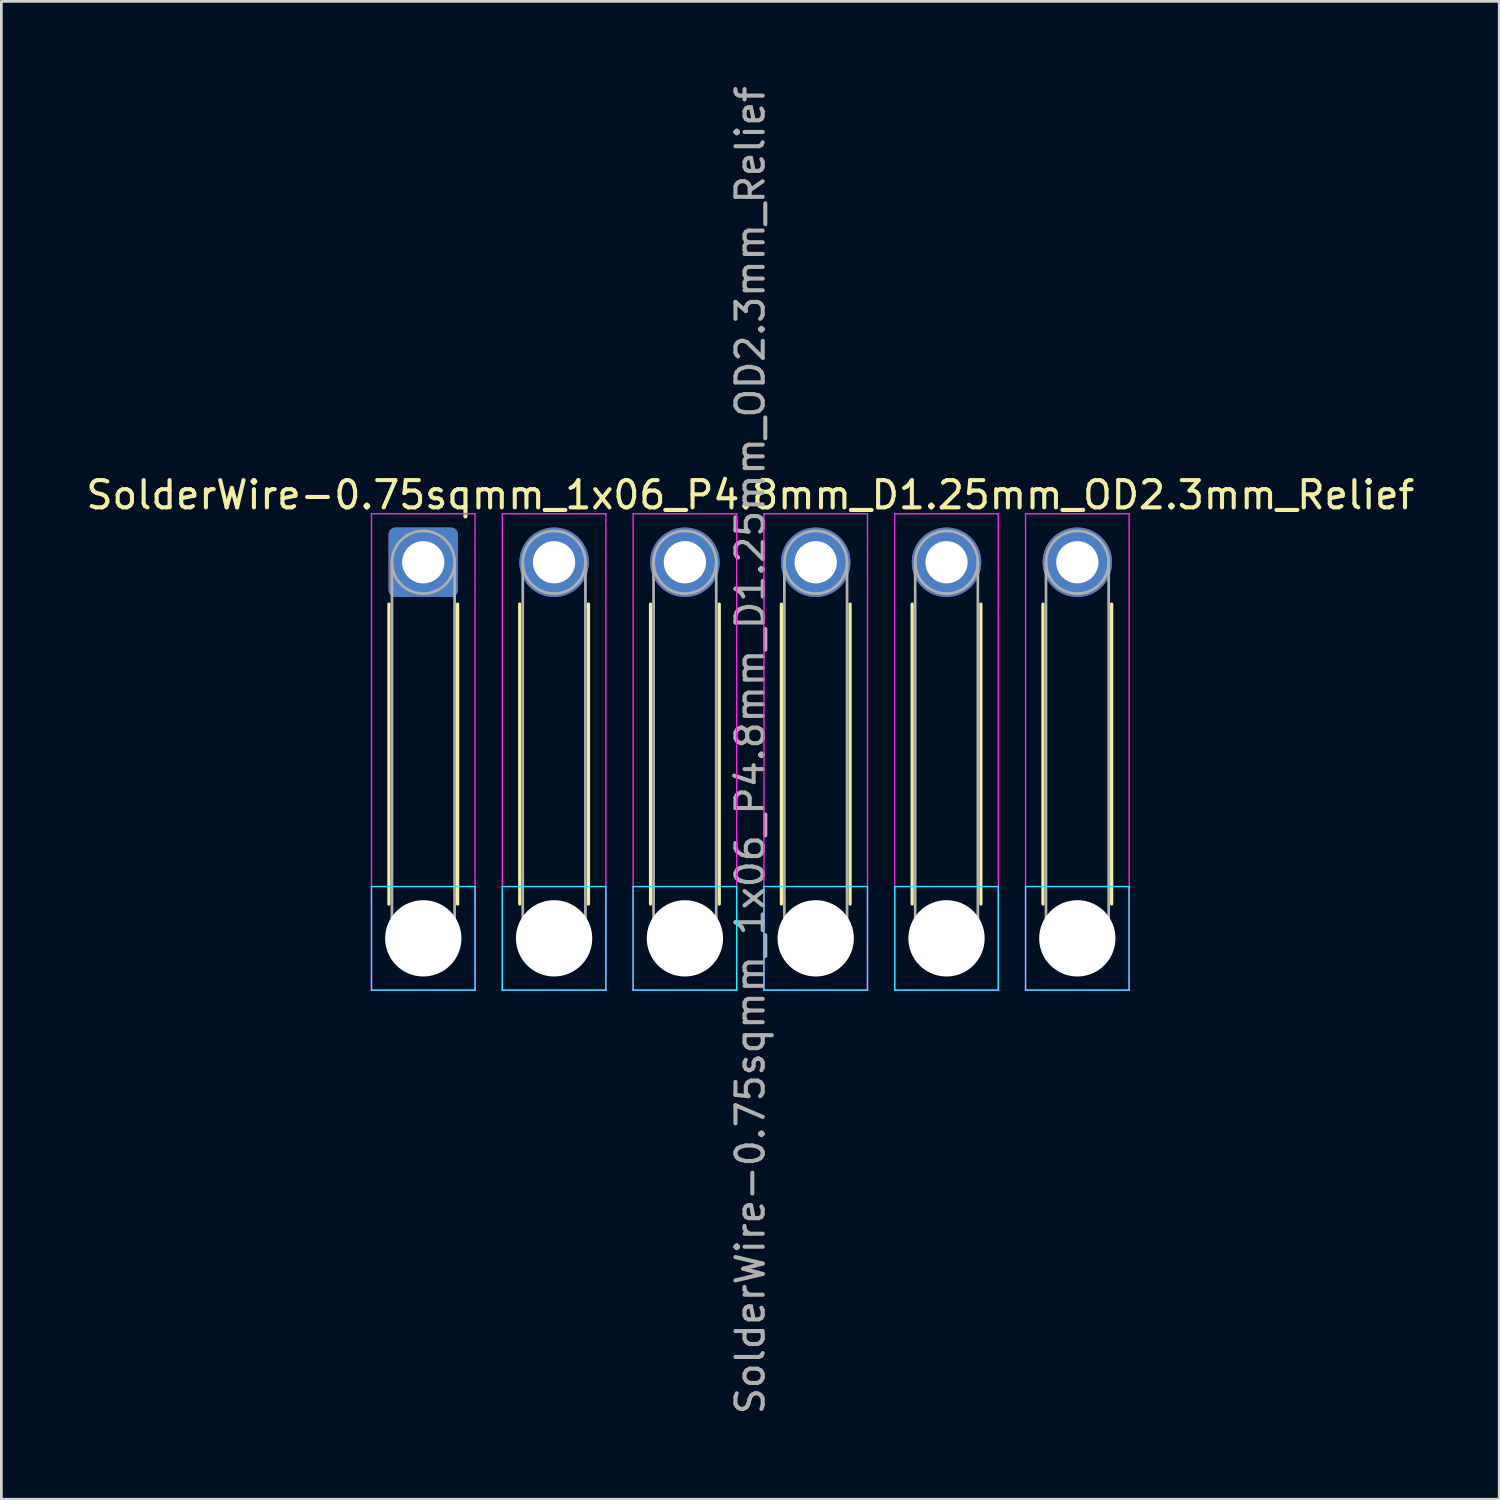
<source format=kicad_pcb>
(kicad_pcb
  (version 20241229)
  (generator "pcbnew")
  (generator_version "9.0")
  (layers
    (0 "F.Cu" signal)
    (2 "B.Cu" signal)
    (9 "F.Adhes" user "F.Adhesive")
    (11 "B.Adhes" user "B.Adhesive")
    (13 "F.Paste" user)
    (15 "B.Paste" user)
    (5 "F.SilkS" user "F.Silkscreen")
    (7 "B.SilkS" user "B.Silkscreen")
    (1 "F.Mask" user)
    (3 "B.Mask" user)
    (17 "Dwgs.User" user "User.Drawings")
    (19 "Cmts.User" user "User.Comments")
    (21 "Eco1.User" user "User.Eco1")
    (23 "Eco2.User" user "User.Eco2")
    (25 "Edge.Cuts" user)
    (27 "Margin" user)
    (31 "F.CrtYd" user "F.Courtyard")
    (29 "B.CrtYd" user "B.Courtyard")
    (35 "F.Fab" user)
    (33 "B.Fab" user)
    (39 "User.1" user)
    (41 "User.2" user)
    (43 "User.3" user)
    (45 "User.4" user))
  (footprint "SolderWire-0.75sqmm_1x06_P4.8mm_D1.25mm_OD2.3mm_Relief"
    (layer "F.Cu")
    (at 12.482 17.582)
    (property "Reference" "SolderWire-0.75sqmm_1x06_P4.8mm_D1.25mm_OD2.3mm_Relief" (at 12 -2.47 0) (layer "F.SilkS") (effects (font (size 1 1) (thickness 0.15))))
    (attr exclude_from_pos_files exclude_from_bom)
    (fp_line (start -1.26 1.535) (end -1.26 12.54) (stroke (width 0.12) (type solid)) (layer "F.SilkS"))
    (fp_line (start 1.26 1.535) (end 1.26 12.54) (stroke (width 0.12) (type solid)) (layer "F.SilkS"))
    (fp_line (start 3.54 1.535) (end 3.54 12.54) (stroke (width 0.12) (type solid)) (layer "F.SilkS"))
    (fp_line (start 6.06 1.535) (end 6.06 12.54) (stroke (width 0.12) (type solid)) (layer "F.SilkS"))
    (fp_line (start 8.34 1.535) (end 8.34 12.54) (stroke (width 0.12) (type solid)) (layer "F.SilkS"))
    (fp_line (start 10.86 1.535) (end 10.86 12.54) (stroke (width 0.12) (type solid)) (layer "F.SilkS"))
    (fp_line (start 13.14 1.535) (end 13.14 12.54) (stroke (width 0.12) (type solid)) (layer "F.SilkS"))
    (fp_line (start 15.66 1.535) (end 15.66 12.54) (stroke (width 0.12) (type solid)) (layer "F.SilkS"))
    (fp_line (start 17.94 1.535) (end 17.94 12.54) (stroke (width 0.12) (type solid)) (layer "F.SilkS"))
    (fp_line (start 20.46 1.535) (end 20.46 12.54) (stroke (width 0.12) (type solid)) (layer "F.SilkS"))
    (fp_line (start 22.74 1.535) (end 22.74 12.54) (stroke (width 0.12) (type solid)) (layer "F.SilkS"))
    (fp_line (start 25.26 1.535) (end 25.26 12.54) (stroke (width 0.12) (type solid)) (layer "F.SilkS"))
    (fp_line (start -1.9 11.9) (end -1.9 15.7) (stroke (width 0.05) (type solid)) (layer "B.CrtYd"))
    (fp_line (start -1.9 15.7) (end 1.9 15.7) (stroke (width 0.05) (type solid)) (layer "B.CrtYd"))
    (fp_line (start 1.9 11.9) (end -1.9 11.9) (stroke (width 0.05) (type solid)) (layer "B.CrtYd"))
    (fp_line (start 1.9 15.7) (end 1.9 11.9) (stroke (width 0.05) (type solid)) (layer "B.CrtYd"))
    (fp_line (start 2.9 11.9) (end 2.9 15.7) (stroke (width 0.05) (type solid)) (layer "B.CrtYd"))
    (fp_line (start 2.9 15.7) (end 6.7 15.7) (stroke (width 0.05) (type solid)) (layer "B.CrtYd"))
    (fp_line (start 6.7 11.9) (end 2.9 11.9) (stroke (width 0.05) (type solid)) (layer "B.CrtYd"))
    (fp_line (start 6.7 15.7) (end 6.7 11.9) (stroke (width 0.05) (type solid)) (layer "B.CrtYd"))
    (fp_line (start 7.7 11.9) (end 7.7 15.7) (stroke (width 0.05) (type solid)) (layer "B.CrtYd"))
    (fp_line (start 7.7 15.7) (end 11.5 15.7) (stroke (width 0.05) (type solid)) (layer "B.CrtYd"))
    (fp_line (start 11.5 11.9) (end 7.7 11.9) (stroke (width 0.05) (type solid)) (layer "B.CrtYd"))
    (fp_line (start 11.5 15.7) (end 11.5 11.9) (stroke (width 0.05) (type solid)) (layer "B.CrtYd"))
    (fp_line (start 12.5 11.9) (end 12.5 15.7) (stroke (width 0.05) (type solid)) (layer "B.CrtYd"))
    (fp_line (start 12.5 15.7) (end 16.3 15.7) (stroke (width 0.05) (type solid)) (layer "B.CrtYd"))
    (fp_line (start 16.3 11.9) (end 12.5 11.9) (stroke (width 0.05) (type solid)) (layer "B.CrtYd"))
    (fp_line (start 16.3 15.7) (end 16.3 11.9) (stroke (width 0.05) (type solid)) (layer "B.CrtYd"))
    (fp_line (start 17.3 11.9) (end 17.3 15.7) (stroke (width 0.05) (type solid)) (layer "B.CrtYd"))
    (fp_line (start 17.3 15.7) (end 21.1 15.7) (stroke (width 0.05) (type solid)) (layer "B.CrtYd"))
    (fp_line (start 21.1 11.9) (end 17.3 11.9) (stroke (width 0.05) (type solid)) (layer "B.CrtYd"))
    (fp_line (start 21.1 15.7) (end 21.1 11.9) (stroke (width 0.05) (type solid)) (layer "B.CrtYd"))
    (fp_line (start 22.1 11.9) (end 22.1 15.7) (stroke (width 0.05) (type solid)) (layer "B.CrtYd"))
    (fp_line (start 22.1 15.7) (end 25.9 15.7) (stroke (width 0.05) (type solid)) (layer "B.CrtYd"))
    (fp_line (start 25.9 11.9) (end 22.1 11.9) (stroke (width 0.05) (type solid)) (layer "B.CrtYd"))
    (fp_line (start 25.9 15.7) (end 25.9 11.9) (stroke (width 0.05) (type solid)) (layer "B.CrtYd"))
    (fp_line (start -1.9 -1.78) (end -1.9 15.7) (stroke (width 0.05) (type solid)) (layer "F.CrtYd"))
    (fp_line (start -1.9 15.7) (end 1.9 15.7) (stroke (width 0.05) (type solid)) (layer "F.CrtYd"))
    (fp_line (start 1.9 -1.78) (end -1.9 -1.78) (stroke (width 0.05) (type solid)) (layer "F.CrtYd"))
    (fp_line (start 1.9 15.7) (end 1.9 -1.78) (stroke (width 0.05) (type solid)) (layer "F.CrtYd"))
    (fp_line (start 2.9 -1.78) (end 2.9 15.7) (stroke (width 0.05) (type solid)) (layer "F.CrtYd"))
    (fp_line (start 2.9 15.7) (end 6.7 15.7) (stroke (width 0.05) (type solid)) (layer "F.CrtYd"))
    (fp_line (start 6.7 -1.78) (end 2.9 -1.78) (stroke (width 0.05) (type solid)) (layer "F.CrtYd"))
    (fp_line (start 6.7 15.7) (end 6.7 -1.78) (stroke (width 0.05) (type solid)) (layer "F.CrtYd"))
    (fp_line (start 7.7 -1.78) (end 7.7 15.7) (stroke (width 0.05) (type solid)) (layer "F.CrtYd"))
    (fp_line (start 7.7 15.7) (end 11.5 15.7) (stroke (width 0.05) (type solid)) (layer "F.CrtYd"))
    (fp_line (start 11.5 -1.78) (end 7.7 -1.78) (stroke (width 0.05) (type solid)) (layer "F.CrtYd"))
    (fp_line (start 11.5 15.7) (end 11.5 -1.78) (stroke (width 0.05) (type solid)) (layer "F.CrtYd"))
    (fp_line (start 12.5 -1.78) (end 12.5 15.7) (stroke (width 0.05) (type solid)) (layer "F.CrtYd"))
    (fp_line (start 12.5 15.7) (end 16.3 15.7) (stroke (width 0.05) (type solid)) (layer "F.CrtYd"))
    (fp_line (start 16.3 -1.78) (end 12.5 -1.78) (stroke (width 0.05) (type solid)) (layer "F.CrtYd"))
    (fp_line (start 16.3 15.7) (end 16.3 -1.78) (stroke (width 0.05) (type solid)) (layer "F.CrtYd"))
    (fp_line (start 17.3 -1.78) (end 17.3 15.7) (stroke (width 0.05) (type solid)) (layer "F.CrtYd"))
    (fp_line (start 17.3 15.7) (end 21.1 15.7) (stroke (width 0.05) (type solid)) (layer "F.CrtYd"))
    (fp_line (start 21.1 -1.78) (end 17.3 -1.78) (stroke (width 0.05) (type solid)) (layer "F.CrtYd"))
    (fp_line (start 21.1 15.7) (end 21.1 -1.78) (stroke (width 0.05) (type solid)) (layer "F.CrtYd"))
    (fp_line (start 22.1 -1.78) (end 22.1 15.7) (stroke (width 0.05) (type solid)) (layer "F.CrtYd"))
    (fp_line (start 22.1 15.7) (end 25.9 15.7) (stroke (width 0.05) (type solid)) (layer "F.CrtYd"))
    (fp_line (start 25.9 -1.78) (end 22.1 -1.78) (stroke (width 0.05) (type solid)) (layer "F.CrtYd"))
    (fp_line (start 25.9 15.7) (end 25.9 -1.78) (stroke (width 0.05) (type solid)) (layer "F.CrtYd"))
    (fp_line (start -1.15 0) (end -1.15 13.8) (stroke (width 0.1) (type solid)) (layer "F.Fab"))
    (fp_line (start 1.15 0) (end 1.15 13.8) (stroke (width 0.1) (type solid)) (layer "F.Fab"))
    (fp_line (start 3.65 0) (end 3.65 13.8) (stroke (width 0.1) (type solid)) (layer "F.Fab"))
    (fp_line (start 5.95 0) (end 5.95 13.8) (stroke (width 0.1) (type solid)) (layer "F.Fab"))
    (fp_line (start 8.45 0) (end 8.45 13.8) (stroke (width 0.1) (type solid)) (layer "F.Fab"))
    (fp_line (start 10.75 0) (end 10.75 13.8) (stroke (width 0.1) (type solid)) (layer "F.Fab"))
    (fp_line (start 13.25 0) (end 13.25 13.8) (stroke (width 0.1) (type solid)) (layer "F.Fab"))
    (fp_line (start 15.55 0) (end 15.55 13.8) (stroke (width 0.1) (type solid)) (layer "F.Fab"))
    (fp_line (start 18.05 0) (end 18.05 13.8) (stroke (width 0.1) (type solid)) (layer "F.Fab"))
    (fp_line (start 20.35 0) (end 20.35 13.8) (stroke (width 0.1) (type solid)) (layer "F.Fab"))
    (fp_line (start 22.85 0) (end 22.85 13.8) (stroke (width 0.1) (type solid)) (layer "F.Fab"))
    (fp_line (start 25.15 0) (end 25.15 13.8) (stroke (width 0.1) (type solid)) (layer "F.Fab"))
    (fp_circle (center 0 0) (end 1.15 0) (stroke (width 0.1) (type solid)) (fill no) (layer "F.Fab"))
    (fp_circle (center 0 13.8) (end 1.15 13.8) (stroke (width 0.1) (type solid)) (fill no) (layer "F.Fab"))
    (fp_circle (center 4.8 0) (end 5.95 0) (stroke (width 0.1) (type solid)) (fill no) (layer "F.Fab"))
    (fp_circle (center 4.8 13.8) (end 5.95 13.8) (stroke (width 0.1) (type solid)) (fill no) (layer "F.Fab"))
    (fp_circle (center 9.6 0) (end 10.75 0) (stroke (width 0.1) (type solid)) (fill no) (layer "F.Fab"))
    (fp_circle (center 9.6 13.8) (end 10.75 13.8) (stroke (width 0.1) (type solid)) (fill no) (layer "F.Fab"))
    (fp_circle (center 14.4 0) (end 15.55 0) (stroke (width 0.1) (type solid)) (fill no) (layer "F.Fab"))
    (fp_circle (center 14.4 13.8) (end 15.55 13.8) (stroke (width 0.1) (type solid)) (fill no) (layer "F.Fab"))
    (fp_circle (center 19.2 0) (end 20.35 0) (stroke (width 0.1) (type solid)) (fill no) (layer "F.Fab"))
    (fp_circle (center 19.2 13.8) (end 20.35 13.8) (stroke (width 0.1) (type solid)) (fill no) (layer "F.Fab"))
    (fp_circle (center 24 0) (end 25.15 0) (stroke (width 0.1) (type solid)) (fill no) (layer "F.Fab"))
    (fp_circle (center 24 13.8) (end 25.15 13.8) (stroke (width 0.1) (type solid)) (fill no) (layer "F.Fab"))
    (fp_text user "${REFERENCE}" (at 12 6.9 90) (layer "F.Fab") (effects (font (size 1 1) (thickness 0.15))))
    (pad "" np_thru_hole circle (at 0 13.8) (size 2.8 2.8) (drill 2.8) (layers "*.Cu" "*.Mask"))
    (pad "" np_thru_hole circle (at 4.8 13.8) (size 2.8 2.8) (drill 2.8) (layers "*.Cu" "*.Mask"))
    (pad "" np_thru_hole circle (at 9.6 13.8) (size 2.8 2.8) (drill 2.8) (layers "*.Cu" "*.Mask"))
    (pad "" np_thru_hole circle (at 14.4 13.8) (size 2.8 2.8) (drill 2.8) (layers "*.Cu" "*.Mask"))
    (pad "" np_thru_hole circle (at 19.2 13.8) (size 2.8 2.8) (drill 2.8) (layers "*.Cu" "*.Mask"))
    (pad "" np_thru_hole circle (at 24 13.8) (size 2.8 2.8) (drill 2.8) (layers "*.Cu" "*.Mask"))
    (pad "1" thru_hole roundrect (at 0 0) (size 2.55 2.55) (drill 1.55) (layers "*.Cu" "*.Mask") (roundrect_rratio 0.098))
    (pad "2" thru_hole circle (at 4.8 0) (size 2.55 2.55) (drill 1.55) (layers "*.Cu" "*.Mask"))
    (pad "3" thru_hole circle (at 9.6 0) (size 2.55 2.55) (drill 1.55) (layers "*.Cu" "*.Mask"))
    (pad "4" thru_hole circle (at 14.4 0) (size 2.55 2.55) (drill 1.55) (layers "*.Cu" "*.Mask"))
    (pad "5" thru_hole circle (at 19.2 0) (size 2.55 2.55) (drill 1.55) (layers "*.Cu" "*.Mask"))
    (pad "6" thru_hole circle (at 24 0) (size 2.55 2.55) (drill 1.55) (layers "*.Cu" "*.Mask")))
  (gr_rect
    (start -3 -3)
    (end 51.964 51.964)
    (stroke (width 0.1) (type default))
    (fill no)
    (layer "Edge.Cuts")))
</source>
